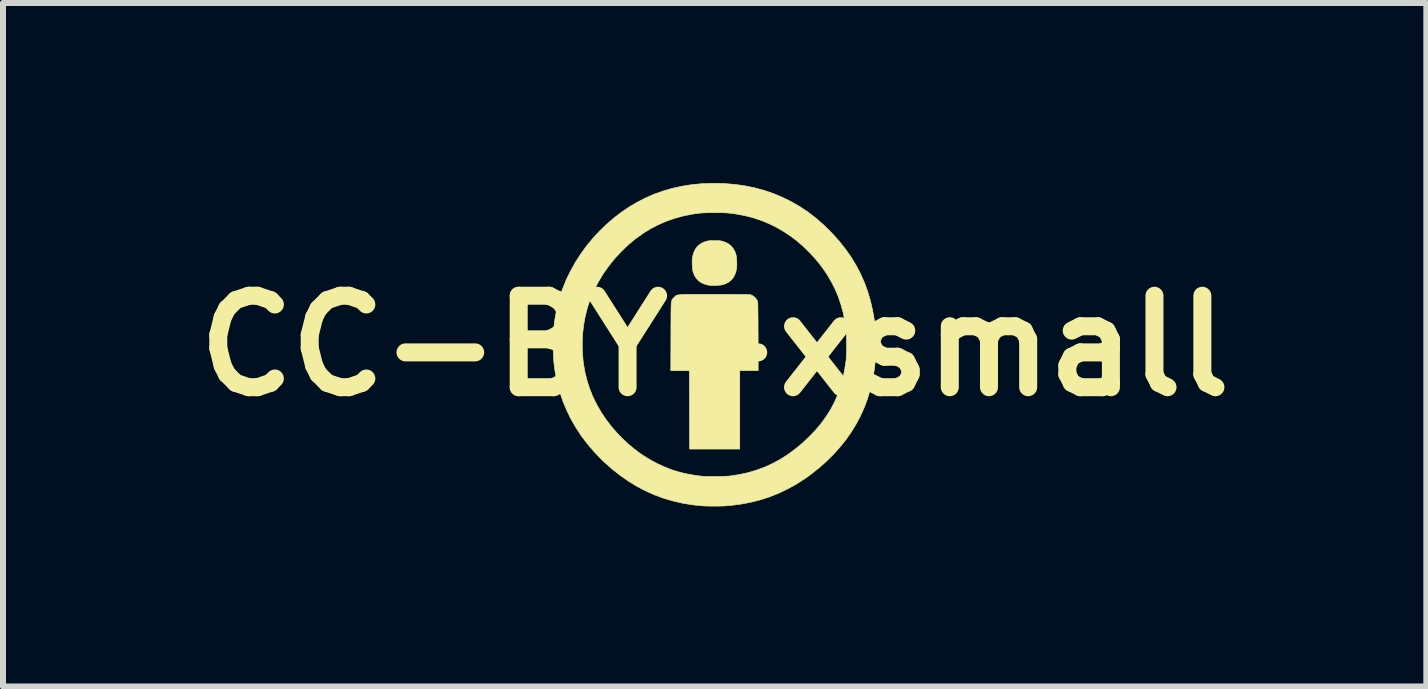
<source format=kicad_pcb>
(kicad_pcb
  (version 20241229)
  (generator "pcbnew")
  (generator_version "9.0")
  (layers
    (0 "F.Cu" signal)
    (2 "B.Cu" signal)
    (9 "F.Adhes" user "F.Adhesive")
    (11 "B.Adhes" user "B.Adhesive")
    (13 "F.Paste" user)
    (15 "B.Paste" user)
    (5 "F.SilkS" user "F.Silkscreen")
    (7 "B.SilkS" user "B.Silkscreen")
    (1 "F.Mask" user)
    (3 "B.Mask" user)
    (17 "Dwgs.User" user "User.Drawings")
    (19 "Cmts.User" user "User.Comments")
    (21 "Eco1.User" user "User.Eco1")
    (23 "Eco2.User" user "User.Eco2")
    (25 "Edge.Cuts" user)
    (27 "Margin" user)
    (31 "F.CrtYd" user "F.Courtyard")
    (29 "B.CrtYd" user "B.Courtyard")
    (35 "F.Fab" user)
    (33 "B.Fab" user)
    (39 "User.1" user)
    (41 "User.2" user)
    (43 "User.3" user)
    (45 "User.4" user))
  (footprint "CC-BY-xsmall"
    (layer "F.Cu")
    (at 8.861 2.714)
    (property "Reference" "CC-BY-xsmall" (at 0 0 0) (layer "F.SilkS") (effects (font (size 1.524 1.524) (thickness 0.3))))
    (attr through_hole)
    (fp_poly (pts (xy 0.034 -1.753) (xy 0.062 -1.753) (xy 0.084 -1.751) (xy 0.103 -1.749) (xy 0.119 -1.746) (xy 0.133 -1.742) (xy 0.189 -1.722) (xy 0.238 -1.694) (xy 0.28 -1.658) (xy 0.314 -1.615) (xy 0.34 -1.565) (xy 0.357 -1.513) (xy 0.362 -1.486) (xy 0.366 -1.452) (xy 0.368 -1.414) (xy 0.369 -1.374) (xy 0.369 -1.336) (xy 0.367 -1.303) (xy 0.365 -1.291) (xy 0.352 -1.23) (xy 0.332 -1.175) (xy 0.304 -1.129) (xy 0.268 -1.089) (xy 0.225 -1.057) (xy 0.174 -1.032) (xy 0.132 -1.019) (xy 0.109 -1.014) (xy 0.079 -1.011) (xy 0.043 -1.008) (xy 0.004 -1.007) (xy -0.033 -1.007) (xy -0.068 -1.008) (xy -0.097 -1.011) (xy -0.111 -1.013) (xy -0.171 -1.03) (xy -0.223 -1.053) (xy -0.267 -1.083) (xy -0.303 -1.121) (xy -0.333 -1.166) (xy -0.355 -1.219) (xy -0.362 -1.244) (xy -0.368 -1.271) (xy -0.371 -1.308) (xy -0.374 -1.355) (xy -0.374 -1.36) (xy -0.375 -1.395) (xy -0.375 -1.423) (xy -0.374 -1.446) (xy -0.371 -1.467) (xy -0.367 -1.49) (xy -0.366 -1.493) (xy -0.349 -1.553) (xy -0.325 -1.605) (xy -0.294 -1.649) (xy -0.255 -1.686) (xy -0.209 -1.715) (xy -0.155 -1.737) (xy -0.138 -1.742) (xy -0.122 -1.746) (xy -0.105 -1.75) (xy -0.086 -1.752) (xy -0.063 -1.753) (xy -0.033 -1.753) (xy -0.003 -1.753) (xy 0.034 -1.753)) (stroke (width 0.01) (type solid)) (fill yes) (layer "F.SilkS"))
    (fp_poly (pts (xy -0.128 -0.857) (xy -0.037 -0.857) (xy -0.006 -0.857) (xy 0.098 -0.857) (xy 0.192 -0.857) (xy 0.277 -0.857) (xy 0.353 -0.856) (xy 0.418 -0.856) (xy 0.474 -0.855) (xy 0.519 -0.855) (xy 0.555 -0.854) (xy 0.58 -0.853) (xy 0.595 -0.852) (xy 0.599 -0.852) (xy 0.628 -0.839) (xy 0.657 -0.819) (xy 0.683 -0.793) (xy 0.704 -0.764) (xy 0.715 -0.742) (xy 0.716 -0.737) (xy 0.717 -0.729) (xy 0.718 -0.717) (xy 0.719 -0.701) (xy 0.72 -0.68) (xy 0.72 -0.653) (xy 0.721 -0.621) (xy 0.721 -0.582) (xy 0.722 -0.536) (xy 0.722 -0.482) (xy 0.723 -0.42) (xy 0.723 -0.349) (xy 0.723 -0.269) (xy 0.724 -0.179) (xy 0.724 -0.155) (xy 0.725 0.413) (xy 0.418 0.413) (xy 0.418 1.72) (xy -0.418 1.72) (xy -0.421 0.415) (xy -0.576 0.414) (xy -0.731 0.413) (xy -0.729 -0.155) (xy -0.729 -0.247) (xy -0.729 -0.33) (xy -0.728 -0.403) (xy -0.728 -0.467) (xy -0.728 -0.523) (xy -0.727 -0.572) (xy -0.727 -0.614) (xy -0.726 -0.649) (xy -0.725 -0.679) (xy -0.723 -0.704) (xy -0.721 -0.724) (xy -0.718 -0.741) (xy -0.715 -0.754) (xy -0.712 -0.764) (xy -0.708 -0.773) (xy -0.703 -0.78) (xy -0.697 -0.786) (xy -0.691 -0.793) (xy -0.684 -0.799) (xy -0.676 -0.807) (xy -0.675 -0.807) (xy -0.668 -0.815) (xy -0.662 -0.822) (xy -0.656 -0.828) (xy -0.65 -0.833) (xy -0.643 -0.838) (xy -0.635 -0.842) (xy -0.624 -0.845) (xy -0.612 -0.848) (xy -0.596 -0.85) (xy -0.576 -0.852) (xy -0.552 -0.854) (xy -0.522 -0.855) (xy -0.488 -0.856) (xy -0.447 -0.857) (xy -0.399 -0.857) (xy -0.344 -0.857) (xy -0.281 -0.857) (xy -0.209 -0.857) (xy -0.128 -0.857)) (stroke (width 0.01) (type solid)) (fill yes) (layer "F.SilkS"))
    (fp_poly (pts (xy 0.17 -2.704) (xy 0.342 -2.69) (xy 0.509 -2.666) (xy 0.672 -2.632) (xy 0.83 -2.589) (xy 0.985 -2.536) (xy 1.134 -2.473) (xy 1.279 -2.401) (xy 1.42 -2.32) (xy 1.556 -2.229) (xy 1.687 -2.128) (xy 1.813 -2.018) (xy 1.839 -1.994) (xy 1.962 -1.871) (xy 2.075 -1.745) (xy 2.178 -1.615) (xy 2.272 -1.482) (xy 2.356 -1.344) (xy 2.43 -1.203) (xy 2.495 -1.057) (xy 2.55 -0.906) (xy 2.596 -0.75) (xy 2.633 -0.59) (xy 2.662 -0.424) (xy 2.676 -0.305) (xy 2.679 -0.269) (xy 2.681 -0.224) (xy 2.683 -0.173) (xy 2.685 -0.117) (xy 2.685 -0.058) (xy 2.686 0.002) (xy 2.685 0.061) (xy 2.685 0.117) (xy 2.683 0.168) (xy 2.681 0.212) (xy 2.679 0.246) (xy 2.658 0.414) (xy 2.63 0.575) (xy 2.593 0.73) (xy 2.548 0.88) (xy 2.494 1.025) (xy 2.431 1.166) (xy 2.359 1.302) (xy 2.278 1.435) (xy 2.263 1.457) (xy 2.177 1.578) (xy 2.081 1.696) (xy 1.977 1.811) (xy 1.865 1.922) (xy 1.747 2.027) (xy 1.624 2.126) (xy 1.496 2.219) (xy 1.364 2.303) (xy 1.355 2.308) (xy 1.319 2.329) (xy 1.277 2.352) (xy 1.23 2.377) (xy 1.182 2.401) (xy 1.135 2.424) (xy 1.091 2.445) (xy 1.054 2.462) (xy 1.053 2.462) (xy 0.906 2.52) (xy 0.756 2.568) (xy 0.602 2.607) (xy 0.445 2.637) (xy 0.283 2.658) (xy 0.184 2.667) (xy 0.147 2.669) (xy 0.102 2.67) (xy 0.051 2.671) (xy -0.003 2.671) (xy -0.058 2.671) (xy -0.11 2.67) (xy -0.158 2.669) (xy -0.199 2.667) (xy -0.209 2.666) (xy -0.375 2.649) (xy -0.538 2.622) (xy -0.698 2.585) (xy -0.854 2.539) (xy -1.007 2.482) (xy -1.156 2.415) (xy -1.301 2.339) (xy -1.442 2.252) (xy -1.579 2.156) (xy -1.713 2.05) (xy -1.842 1.935) (xy -1.895 1.884) (xy -2.015 1.758) (xy -2.125 1.628) (xy -2.226 1.495) (xy -2.316 1.357) (xy -2.397 1.216) (xy -2.468 1.07) (xy -2.53 0.921) (xy -2.582 0.767) (xy -2.624 0.609) (xy -2.64 0.534) (xy -2.656 0.452) (xy -2.668 0.372) (xy -2.678 0.291) (xy -2.685 0.208) (xy -2.689 0.119) (xy -2.692 0.042) (xy -2.691 -0.044) (xy -2.207 -0.044) (xy -2.204 0.106) (xy -2.192 0.255) (xy -2.188 0.286) (xy -2.164 0.43) (xy -2.129 0.572) (xy -2.085 0.71) (xy -2.031 0.846) (xy -1.966 0.978) (xy -1.892 1.106) (xy -1.808 1.231) (xy -1.715 1.352) (xy -1.612 1.469) (xy -1.529 1.553) (xy -1.431 1.644) (xy -1.333 1.725) (xy -1.234 1.799) (xy -1.131 1.866) (xy -1.023 1.928) (xy -0.955 1.963) (xy -0.835 2.018) (xy -0.717 2.065) (xy -0.598 2.102) (xy -0.476 2.132) (xy -0.348 2.155) (xy -0.286 2.164) (xy -0.253 2.168) (xy -0.226 2.171) (xy -0.202 2.173) (xy -0.18 2.175) (xy -0.157 2.177) (xy -0.133 2.178) (xy -0.106 2.178) (xy -0.073 2.178) (xy -0.034 2.178) (xy 0.014 2.178) (xy 0.029 2.177) (xy 0.093 2.177) (xy 0.147 2.175) (xy 0.193 2.173) (xy 0.232 2.171) (xy 0.264 2.168) (xy 0.27 2.167) (xy 0.418 2.144) (xy 0.562 2.112) (xy 0.702 2.07) (xy 0.837 2.02) (xy 0.968 1.96) (xy 1.096 1.89) (xy 1.221 1.811) (xy 1.342 1.721) (xy 1.462 1.622) (xy 1.578 1.512) (xy 1.59 1.5) (xy 1.691 1.394) (xy 1.781 1.285) (xy 1.862 1.173) (xy 1.934 1.058) (xy 1.997 0.938) (xy 2.051 0.814) (xy 2.097 0.684) (xy 2.135 0.548) (xy 2.165 0.406) (xy 2.188 0.257) (xy 2.189 0.249) (xy 2.193 0.213) (xy 2.195 0.169) (xy 2.197 0.118) (xy 2.198 0.062) (xy 2.199 0.004) (xy 2.199 -0.055) (xy 2.198 -0.112) (xy 2.197 -0.167) (xy 2.194 -0.216) (xy 2.191 -0.257) (xy 2.189 -0.28) (xy 2.167 -0.426) (xy 2.139 -0.565) (xy 2.102 -0.697) (xy 2.058 -0.825) (xy 2.006 -0.948) (xy 1.945 -1.068) (xy 1.875 -1.186) (xy 1.835 -1.247) (xy 1.757 -1.355) (xy 1.669 -1.461) (xy 1.574 -1.563) (xy 1.474 -1.66) (xy 1.369 -1.75) (xy 1.299 -1.805) (xy 1.175 -1.89) (xy 1.048 -1.966) (xy 0.916 -2.032) (xy 0.781 -2.088) (xy 0.642 -2.135) (xy 0.5 -2.171) (xy 0.368 -2.195) (xy 0.324 -2.202) (xy 0.286 -2.207) (xy 0.251 -2.211) (xy 0.218 -2.214) (xy 0.185 -2.217) (xy 0.149 -2.218) (xy 0.109 -2.219) (xy 0.063 -2.22) (xy 0.008 -2.22) (xy 0 -2.22) (xy -0.063 -2.219) (xy -0.116 -2.219) (xy -0.164 -2.217) (xy -0.207 -2.215) (xy -0.247 -2.212) (xy -0.287 -2.207) (xy -0.328 -2.202) (xy -0.373 -2.195) (xy -0.384 -2.193) (xy -0.531 -2.163) (xy -0.673 -2.124) (xy -0.812 -2.075) (xy -0.946 -2.016) (xy -1.076 -1.948) (xy -1.201 -1.87) (xy -1.322 -1.783) (xy -1.438 -1.686) (xy -1.55 -1.58) (xy -1.657 -1.464) (xy -1.667 -1.453) (xy -1.766 -1.33) (xy -1.855 -1.204) (xy -1.934 -1.074) (xy -2.003 -0.942) (xy -2.062 -0.806) (xy -2.111 -0.667) (xy -2.125 -0.62) (xy -2.16 -0.481) (xy -2.185 -0.338) (xy -2.201 -0.192) (xy -2.207 -0.044) (xy -2.691 -0.044) (xy -2.691 -0.129) (xy -2.681 -0.294) (xy -2.661 -0.456) (xy -2.632 -0.614) (xy -2.593 -0.768) (xy -2.545 -0.92) (xy -2.532 -0.956) (xy -2.472 -1.104) (xy -2.401 -1.249) (xy -2.322 -1.391) (xy -2.234 -1.528) (xy -2.138 -1.661) (xy -2.033 -1.788) (xy -1.922 -1.909) (xy -1.804 -2.023) (xy -1.68 -2.13) (xy -1.55 -2.23) (xy -1.415 -2.321) (xy -1.299 -2.389) (xy -1.157 -2.463) (xy -1.01 -2.527) (xy -0.858 -2.581) (xy -0.702 -2.626) (xy -0.542 -2.661) (xy -0.377 -2.687) (xy -0.208 -2.703) (xy -0.035 -2.709) (xy -0.005 -2.709) (xy 0.17 -2.704)) (stroke (width 0.01) (type solid)) (fill yes) (layer "F.SilkS")))
  (gr_rect
    (start -3 -3)
    (end 20.722 8.391)
    (stroke (width 0.1) (type default))
    (fill no)
    (layer "Edge.Cuts")))
</source>
